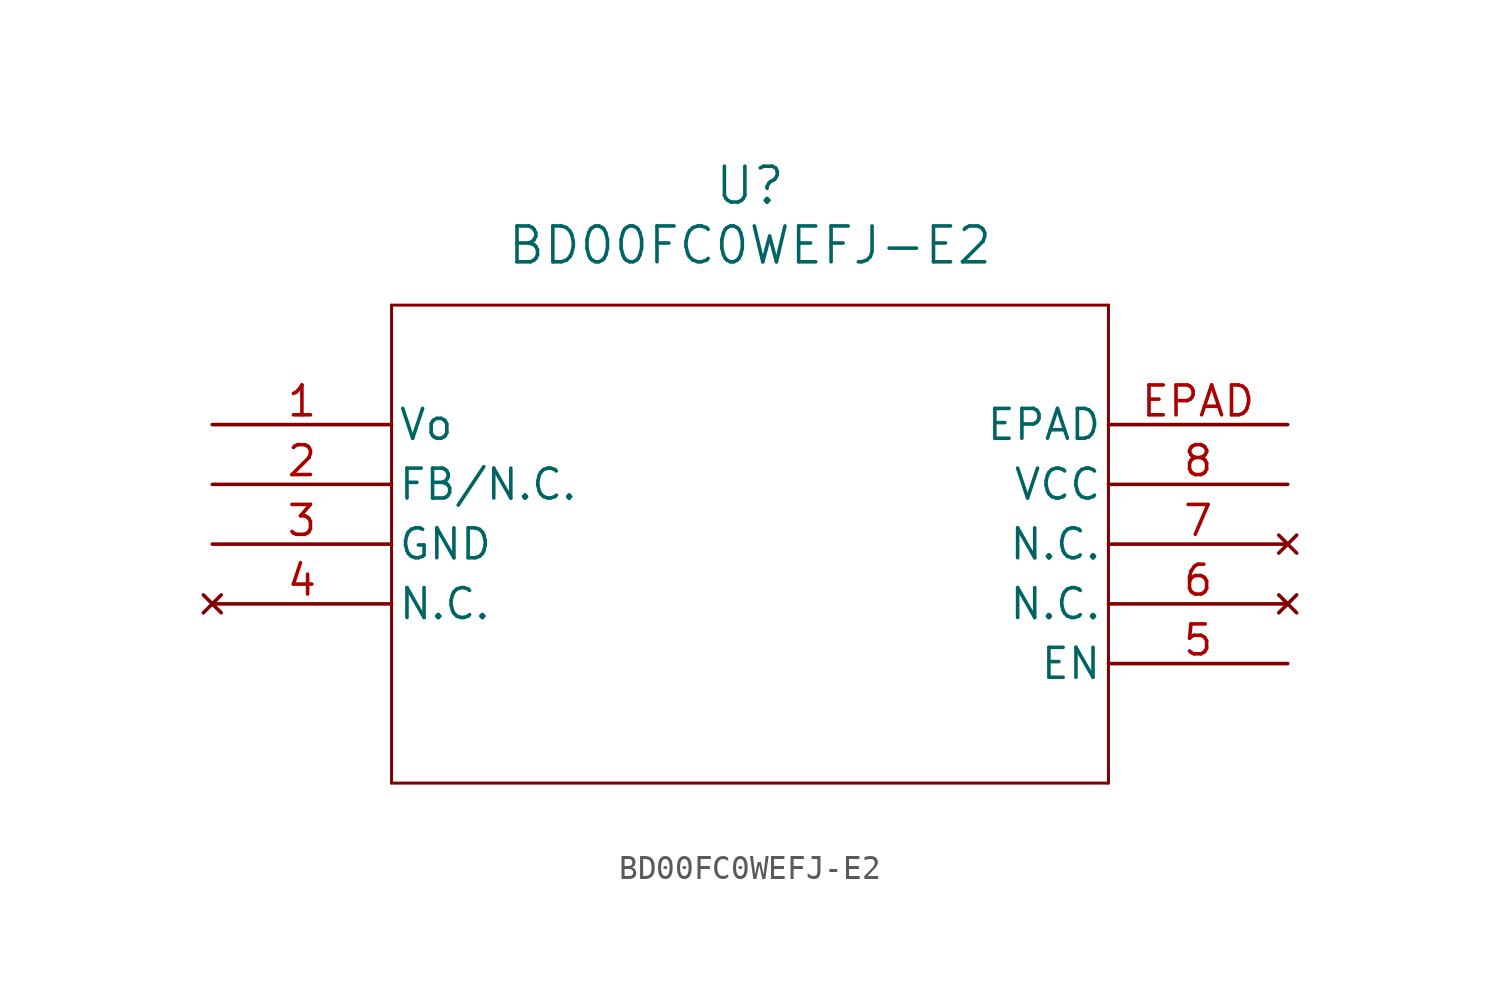
<source format=kicad_sym>
(kicad_symbol_lib
  (version 20211014)
  (generator kicad_symbol_editor)
  (symbol "BD00FC0WEFJ-E2"
    (pin_names
      (offset 0.254))
    (property "Reference" "U"
      (at 22.86 10.16 0)
      (effects (font (size 1.524 1.524))))
    (property "Value" "BD00FC0WEFJ-E2"
      (at 22.86 7.62 0)
      (effects (font (size 1.524 1.524))))
    (symbol "BD00FC0WEFJ-E2_0_1"
      (polyline (pts (xy 7.62 5.08) (xy 7.62 -15.24)) (stroke (width 0.127) (type default) (color 0 0 0 0)) (fill (type none)))
      (polyline (pts (xy 7.62 -15.24) (xy 38.1 -15.24)) (stroke (width 0.127) (type default) (color 0 0 0 0)) (fill (type none)))
      (polyline (pts (xy 38.1 -15.24) (xy 38.1 5.08)) (stroke (width 0.127) (type default) (color 0 0 0 0)) (fill (type none)))
      (polyline (pts (xy 38.1 5.08) (xy 7.62 5.08)) (stroke (width 0.127) (type default) (color 0 0 0 0)) (fill (type none)))
      (pin unspecified line (at 0 0 0) (length 7.62) (name "Vo" (effects (font (size 1.27 1.27)))) (number "1" (effects (font (size 1.27 1.27)))))
      (pin unspecified line (at 0 -2.54 0) (length 7.62) (name "FB/N.C." (effects (font (size 1.27 1.27)))) (number "2" (effects (font (size 1.27 1.27)))))
      (pin power_out line (at 0 -5.08 0) (length 7.62) (name "GND" (effects (font (size 1.27 1.27)))) (number "3" (effects (font (size 1.27 1.27)))))
      (pin no_connect line (at 0 -7.62 0) (length 7.62) (name "N.C." (effects (font (size 1.27 1.27)))) (number "4" (effects (font (size 1.27 1.27)))))
      (pin unspecified line (at 45.72 -10.16 180) (length 7.62) (name "EN" (effects (font (size 1.27 1.27)))) (number "5" (effects (font (size 1.27 1.27)))))
      (pin no_connect line (at 45.72 -7.62 180) (length 7.62) (name "N.C." (effects (font (size 1.27 1.27)))) (number "6" (effects (font (size 1.27 1.27)))))
      (pin no_connect line (at 45.72 -5.08 180) (length 7.62) (name "N.C." (effects (font (size 1.27 1.27)))) (number "7" (effects (font (size 1.27 1.27)))))
      (pin power_in line (at 45.72 -2.54 180) (length 7.62) (name "VCC" (effects (font (size 1.27 1.27)))) (number "8" (effects (font (size 1.27 1.27)))))
      (pin unspecified line (at 45.72 0 180) (length 7.62) (name "EPAD" (effects (font (size 1.27 1.27)))) (number "EPAD" (effects (font (size 1.27 1.27))))))))
</source>
